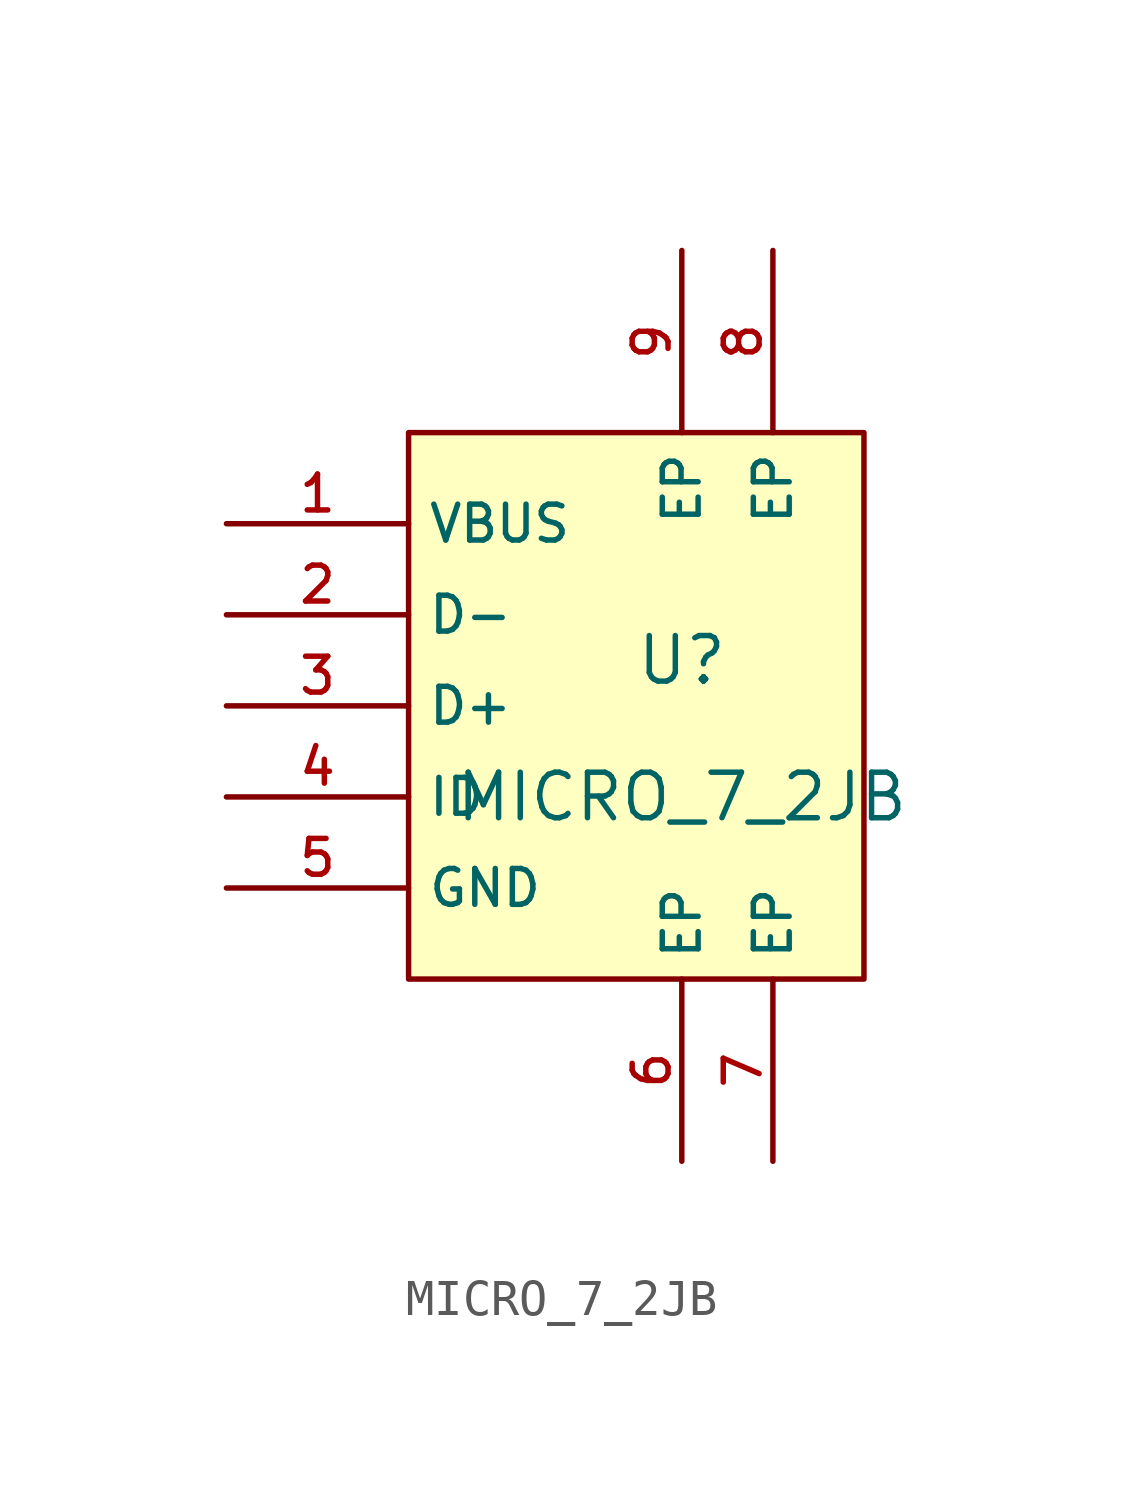
<source format=kicad_sym>
(kicad_symbol_lib
  (version 20210201)
  (generator TousstNicolas/JLC2KiCad_lib)
  (symbol "MICRO_7_2JB"
    (property "Reference" "U"
      (at 0 1.27 0)
      (effects (font (size 1.27 1.27))))
    (property "Value" "MICRO_7_2JB"
      (at 0 -2.54 0)
      (effects (font (size 1.27 1.27))))
    (symbol "MICRO_7_2JB_0_1"
      (pin unspecified line (at 0.0 12.7 270) (length 5.08) (name "EP" (effects (font (size 1 1)))) (number "9" (effects (font (size 1 1)))))
      (pin unspecified line (at 2.54 12.7 270) (length 5.08) (name "EP" (effects (font (size 1 1)))) (number "8" (effects (font (size 1 1)))))
      (pin unspecified line (at 2.54 -12.7 90) (length 5.08) (name "EP" (effects (font (size 1 1)))) (number "7" (effects (font (size 1 1)))))
      (pin unspecified line (at 0.0 -12.7 90) (length 5.08) (name "EP" (effects (font (size 1 1)))) (number "6" (effects (font (size 1 1)))))
      (pin unspecified line (at -12.7 -5.08 0) (length 5.08) (name "GND" (effects (font (size 1 1)))) (number "5" (effects (font (size 1 1)))))
      (pin unspecified line (at -12.7 -2.54 0) (length 5.08) (name "ID" (effects (font (size 1 1)))) (number "4" (effects (font (size 1 1)))))
      (pin unspecified line (at -12.7 -0.0 0) (length 5.08) (name "D+" (effects (font (size 1 1)))) (number "3" (effects (font (size 1 1)))))
      (pin unspecified line (at -12.7 2.54 0) (length 5.08) (name "D-" (effects (font (size 1 1)))) (number "2" (effects (font (size 1 1)))))
      (pin unspecified line (at -12.7 5.08 0) (length 5.08) (name "VBUS" (effects (font (size 1 1)))) (number "1" (effects (font (size 1 1)))))
      (rectangle (start -7.62 7.62) (end 5.08 -7.62) (stroke (width 0) (type default) (color 0 0 0 0)) (fill (type background))))))
</source>
